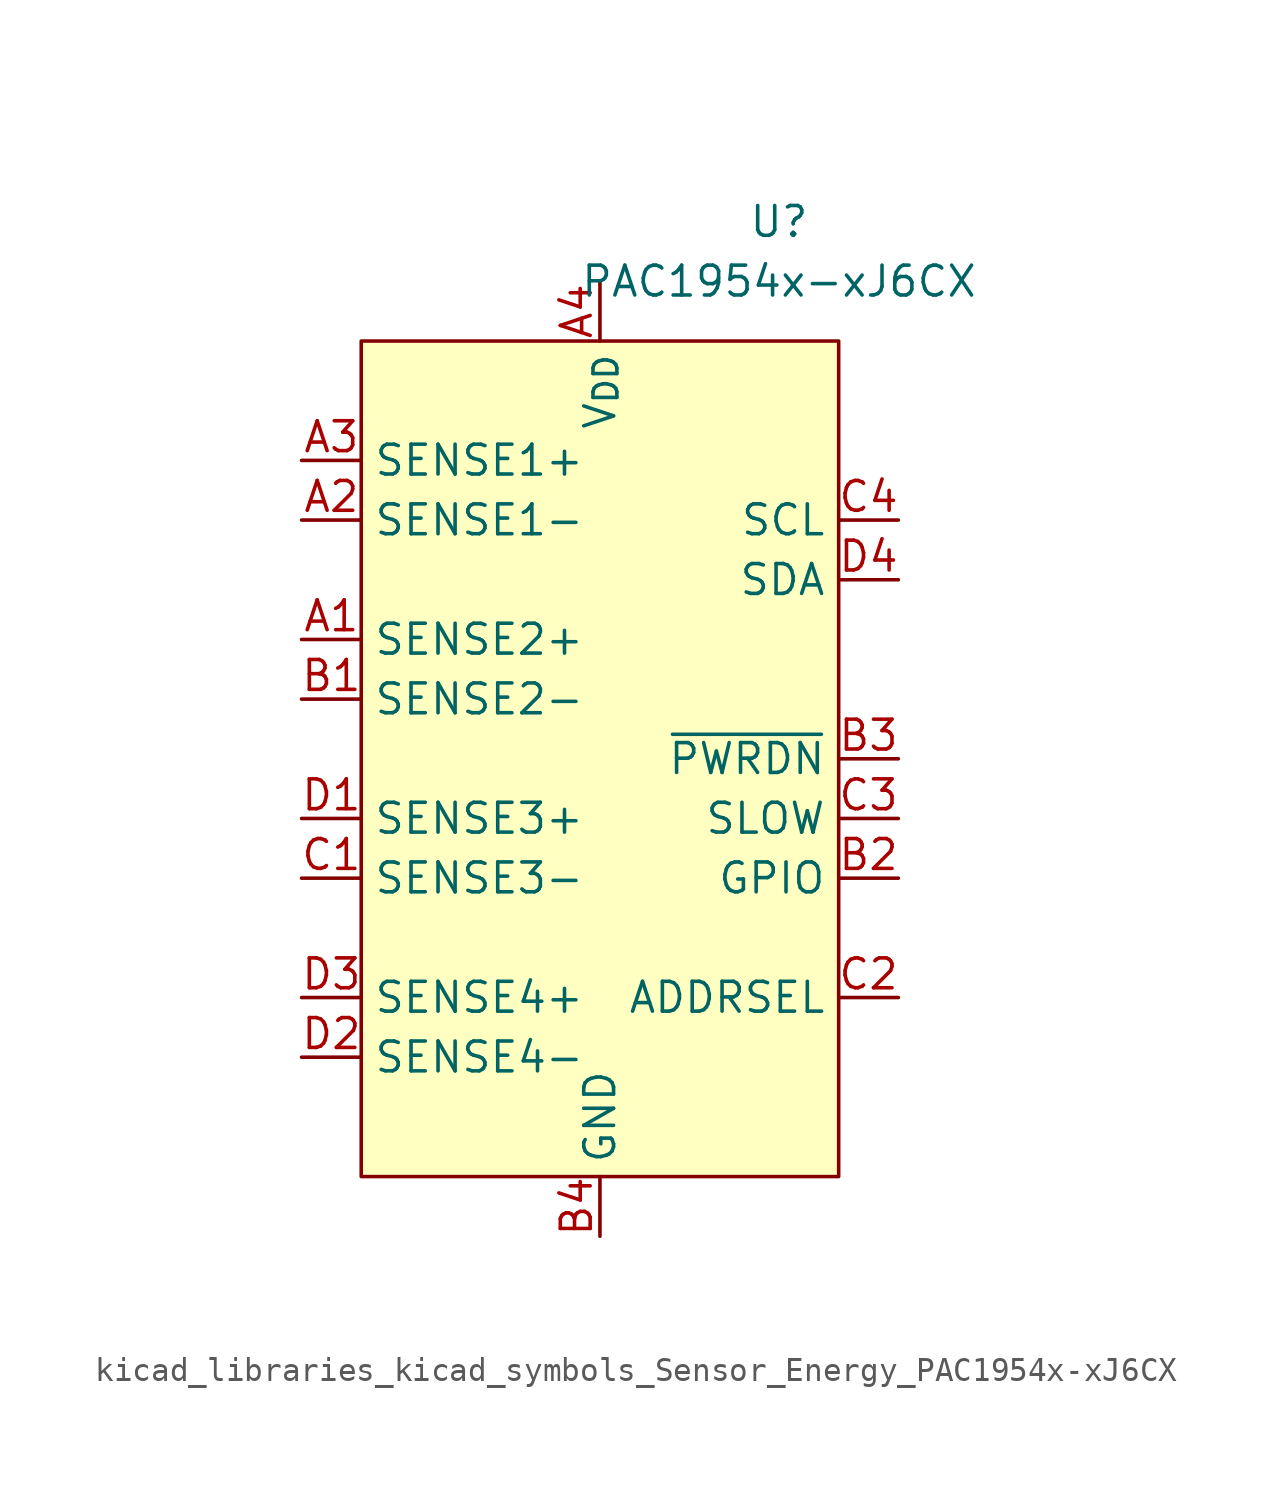
<source format=kicad_sym>
(kicad_symbol_lib
  (version 20220914)
  (generator kicad_symbol_editor)
  (symbol "kicad_libraries_kicad_symbols_Sensor_Energy_PAC1954x-xJ6CX"
    (property "Reference" "U"
      (at 7.62 22.86 0)
      (effects (font (size 1.27 1.27))))
    (property "Value" "PAC1954x-xJ6CX"
      (at 7.62 20.32 0)
      (effects (font (size 1.27 1.27))))
    (symbol "kicad_libraries_kicad_symbols_Sensor_Energy_PAC1954x-xJ6CX_0_0"
      (pin input line (at -12.7 5.08 0) (length 2.54) (name "SENSE2+" (effects (font (size 1.27 1.27)))) (number "A1" (effects (font (size 1.27 1.27)))))
      (pin input line (at -12.7 10.16 0) (length 2.54) (name "SENSE1-" (effects (font (size 1.27 1.27)))) (number "A2" (effects (font (size 1.27 1.27)))))
      (pin input line (at -12.7 12.7 0) (length 2.54) (name "SENSE1+" (effects (font (size 1.27 1.27)))) (number "A3" (effects (font (size 1.27 1.27)))))
      (pin power_in line (at 0 20.32 270) (length 2.54) (name "V_{DD}" (effects (font (size 1.27 1.27)))) (number "A4" (effects (font (size 1.27 1.27)))))
      (pin input line (at -12.7 2.54 0) (length 2.54) (name "SENSE2-" (effects (font (size 1.27 1.27)))) (number "B1" (effects (font (size 1.27 1.27)))))
      (pin bidirectional line (at 12.7 -5.08 180) (length 2.54) (name "GPIO" (effects (font (size 1.27 1.27)))) (number "B2" (effects (font (size 1.27 1.27)))) (alternate "~{ALERT2}" open_collector line))
      (pin input line (at 12.7 0 180) (length 2.54) (name "~{PWRDN}" (effects (font (size 1.27 1.27)))) (number "B3" (effects (font (size 1.27 1.27)))))
      (pin power_in line (at 0 -20.32 90) (length 2.54) (name "GND" (effects (font (size 1.27 1.27)))) (number "B4" (effects (font (size 1.27 1.27)))))
      (pin input line (at -12.7 -5.08 0) (length 2.54) (name "SENSE3-" (effects (font (size 1.27 1.27)))) (number "C1" (effects (font (size 1.27 1.27)))))
      (pin passive line (at 12.7 -10.16 180) (length 2.54) (name "ADDRSEL" (effects (font (size 1.27 1.27)))) (number "C2" (effects (font (size 1.27 1.27)))))
      (pin input line (at 12.7 -2.54 180) (length 2.54) (name "SLOW" (effects (font (size 1.27 1.27)))) (number "C3" (effects (font (size 1.27 1.27)))) (alternate "GPIO" bidirectional line) (alternate "~{ALERT1}" open_collector line))
      (pin input line (at 12.7 10.16 180) (length 2.54) (name "SCL" (effects (font (size 1.27 1.27)))) (number "C4" (effects (font (size 1.27 1.27)))) (alternate "SM_CLK" input line))
      (pin input line (at -12.7 -2.54 0) (length 2.54) (name "SENSE3+" (effects (font (size 1.27 1.27)))) (number "D1" (effects (font (size 1.27 1.27)))))
      (pin input line (at -12.7 -12.7 0) (length 2.54) (name "SENSE4-" (effects (font (size 1.27 1.27)))) (number "D2" (effects (font (size 1.27 1.27)))))
      (pin input line (at -12.7 -10.16 0) (length 2.54) (name "SENSE4+" (effects (font (size 1.27 1.27)))) (number "D3" (effects (font (size 1.27 1.27)))))
      (pin bidirectional line (at 12.7 7.62 180) (length 2.54) (name "SDA" (effects (font (size 1.27 1.27)))) (number "D4" (effects (font (size 1.27 1.27)))) (alternate "SM_DATA" bidirectional line)))
    (symbol "kicad_libraries_kicad_symbols_Sensor_Energy_PAC1954x-xJ6CX_0_1"
      (rectangle (start -10.16 17.78) (end 10.16 -17.78) (stroke (width 0) (type default)) (fill (type background))))))
</source>
